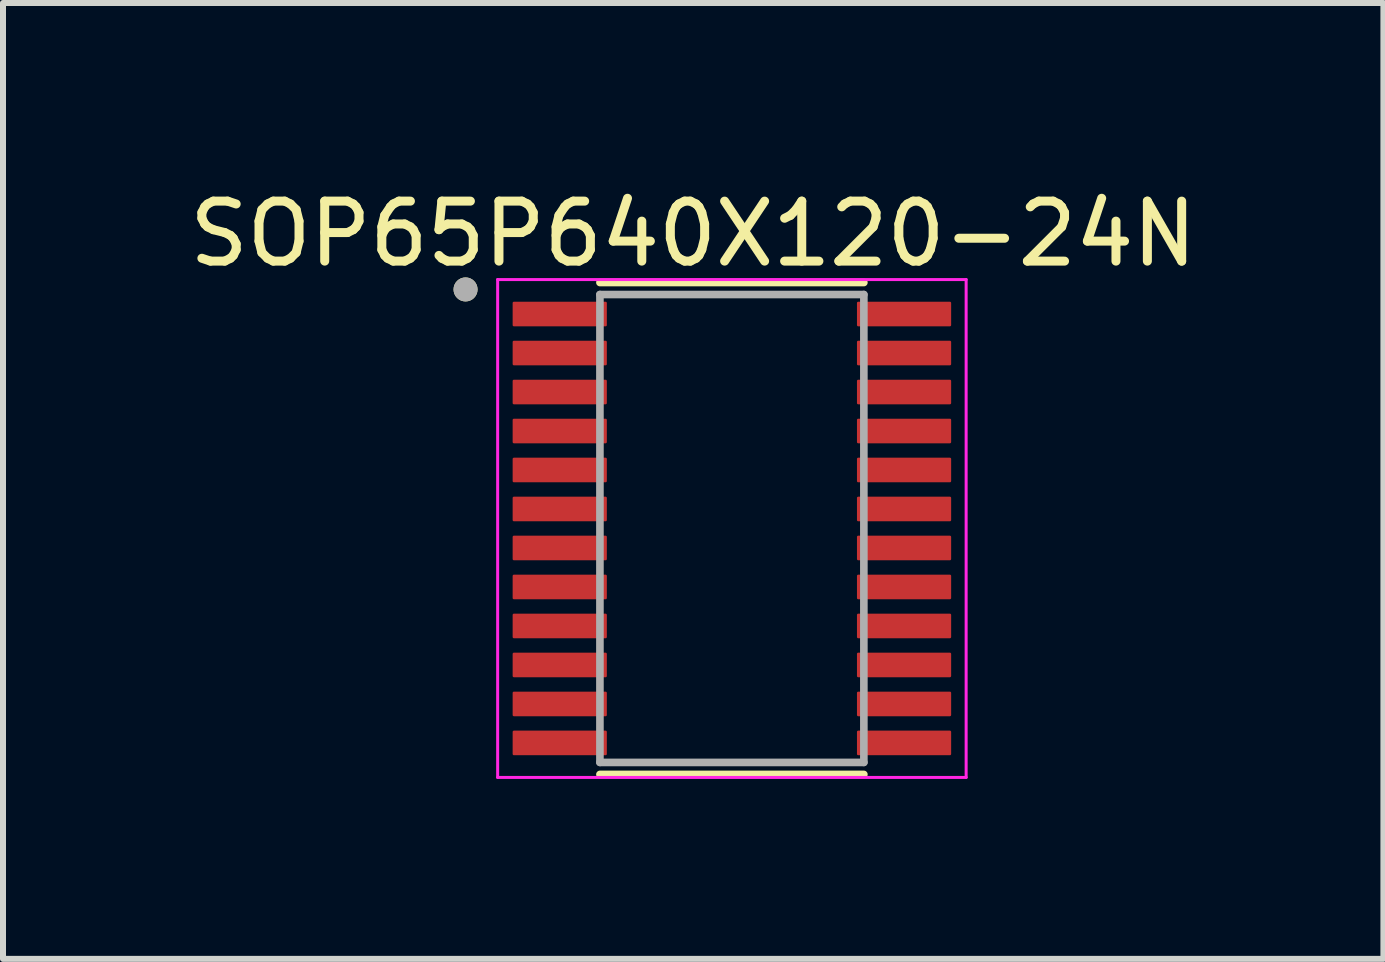
<source format=kicad_pcb>
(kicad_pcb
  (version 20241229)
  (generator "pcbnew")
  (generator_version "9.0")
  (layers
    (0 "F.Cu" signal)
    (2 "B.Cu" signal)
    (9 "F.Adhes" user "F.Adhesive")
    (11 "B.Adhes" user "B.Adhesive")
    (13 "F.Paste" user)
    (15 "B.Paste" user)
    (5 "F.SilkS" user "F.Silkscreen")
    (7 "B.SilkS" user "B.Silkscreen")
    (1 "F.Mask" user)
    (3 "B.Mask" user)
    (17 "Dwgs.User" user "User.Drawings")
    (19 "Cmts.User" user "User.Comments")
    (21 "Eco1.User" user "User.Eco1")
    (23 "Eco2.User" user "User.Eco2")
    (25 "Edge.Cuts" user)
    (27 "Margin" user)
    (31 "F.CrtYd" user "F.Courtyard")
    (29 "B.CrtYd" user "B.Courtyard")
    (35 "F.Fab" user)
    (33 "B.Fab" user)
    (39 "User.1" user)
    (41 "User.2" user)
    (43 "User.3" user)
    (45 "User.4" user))
  (footprint "SOP65P640X120-24N"
    (layer "F.Cu")
    (at 9.151 5.76)
    (property "Reference" "SOP65P640X120-24N" (at -0.645 -4.912 0) (layer "F.SilkS") (effects (font (size 1 1) (thickness 0.15))))
    (attr smd)
    (fp_line (start -2.2 -4.1) (end 2.2 -4.1) (stroke (width 0.127) (type solid)) (layer "F.SilkS"))
    (fp_line (start -2.2 4.1) (end 2.2 4.1) (stroke (width 0.127) (type solid)) (layer "F.SilkS"))
    (fp_circle (center -4.44 -3.985) (end -4.34 -3.985) (stroke (width 0.2) (type solid)) (fill no) (layer "F.SilkS"))
    (fp_line (start -3.905 -4.15) (end -3.905 4.15) (stroke (width 0.05) (type solid)) (layer "F.CrtYd"))
    (fp_line (start -3.905 -4.15) (end 3.905 -4.15) (stroke (width 0.05) (type solid)) (layer "F.CrtYd"))
    (fp_line (start -3.905 4.15) (end 3.905 4.15) (stroke (width 0.05) (type solid)) (layer "F.CrtYd"))
    (fp_line (start 3.905 -4.15) (end 3.905 4.15) (stroke (width 0.05) (type solid)) (layer "F.CrtYd"))
    (fp_line (start -2.2 -3.9) (end -2.2 3.9) (stroke (width 0.127) (type solid)) (layer "F.Fab"))
    (fp_line (start -2.2 -3.9) (end 2.2 -3.9) (stroke (width 0.127) (type solid)) (layer "F.Fab"))
    (fp_line (start -2.2 3.9) (end 2.2 3.9) (stroke (width 0.127) (type solid)) (layer "F.Fab"))
    (fp_line (start 2.2 -3.9) (end 2.2 3.9) (stroke (width 0.127) (type solid)) (layer "F.Fab"))
    (fp_circle (center -4.44 -3.985) (end -4.34 -3.985) (stroke (width 0.2) (type solid)) (fill no) (layer "F.Fab"))
    (pad "1" smd roundrect (at -2.87 -3.575) (size 1.57 0.41) (layers "F.Cu" "F.Mask" "F.Paste") (roundrect_rratio 0.05))
    (pad "2" smd roundrect (at -2.87 -2.925) (size 1.57 0.41) (layers "F.Cu" "F.Mask" "F.Paste") (roundrect_rratio 0.05))
    (pad "3" smd roundrect (at -2.87 -2.275) (size 1.57 0.41) (layers "F.Cu" "F.Mask" "F.Paste") (roundrect_rratio 0.05))
    (pad "4" smd roundrect (at -2.87 -1.625) (size 1.57 0.41) (layers "F.Cu" "F.Mask" "F.Paste") (roundrect_rratio 0.05))
    (pad "5" smd roundrect (at -2.87 -0.975) (size 1.57 0.41) (layers "F.Cu" "F.Mask" "F.Paste") (roundrect_rratio 0.05))
    (pad "6" smd roundrect (at -2.87 -0.325) (size 1.57 0.41) (layers "F.Cu" "F.Mask" "F.Paste") (roundrect_rratio 0.05))
    (pad "7" smd roundrect (at -2.87 0.325) (size 1.57 0.41) (layers "F.Cu" "F.Mask" "F.Paste") (roundrect_rratio 0.05))
    (pad "8" smd roundrect (at -2.87 0.975) (size 1.57 0.41) (layers "F.Cu" "F.Mask" "F.Paste") (roundrect_rratio 0.05))
    (pad "9" smd roundrect (at -2.87 1.625) (size 1.57 0.41) (layers "F.Cu" "F.Mask" "F.Paste") (roundrect_rratio 0.05))
    (pad "10" smd roundrect (at -2.87 2.275) (size 1.57 0.41) (layers "F.Cu" "F.Mask" "F.Paste") (roundrect_rratio 0.05))
    (pad "11" smd roundrect (at -2.87 2.925) (size 1.57 0.41) (layers "F.Cu" "F.Mask" "F.Paste") (roundrect_rratio 0.05))
    (pad "12" smd roundrect (at -2.87 3.575) (size 1.57 0.41) (layers "F.Cu" "F.Mask" "F.Paste") (roundrect_rratio 0.05))
    (pad "13" smd roundrect (at 2.87 3.575) (size 1.57 0.41) (layers "F.Cu" "F.Mask" "F.Paste") (roundrect_rratio 0.05))
    (pad "14" smd roundrect (at 2.87 2.925) (size 1.57 0.41) (layers "F.Cu" "F.Mask" "F.Paste") (roundrect_rratio 0.05))
    (pad "15" smd roundrect (at 2.87 2.275) (size 1.57 0.41) (layers "F.Cu" "F.Mask" "F.Paste") (roundrect_rratio 0.05))
    (pad "16" smd roundrect (at 2.87 1.625) (size 1.57 0.41) (layers "F.Cu" "F.Mask" "F.Paste") (roundrect_rratio 0.05))
    (pad "17" smd roundrect (at 2.87 0.975) (size 1.57 0.41) (layers "F.Cu" "F.Mask" "F.Paste") (roundrect_rratio 0.05))
    (pad "18" smd roundrect (at 2.87 0.325) (size 1.57 0.41) (layers "F.Cu" "F.Mask" "F.Paste") (roundrect_rratio 0.05))
    (pad "19" smd roundrect (at 2.87 -0.325) (size 1.57 0.41) (layers "F.Cu" "F.Mask" "F.Paste") (roundrect_rratio 0.05))
    (pad "20" smd roundrect (at 2.87 -0.975) (size 1.57 0.41) (layers "F.Cu" "F.Mask" "F.Paste") (roundrect_rratio 0.05))
    (pad "21" smd roundrect (at 2.87 -1.625) (size 1.57 0.41) (layers "F.Cu" "F.Mask" "F.Paste") (roundrect_rratio 0.05))
    (pad "22" smd roundrect (at 2.87 -2.275) (size 1.57 0.41) (layers "F.Cu" "F.Mask" "F.Paste") (roundrect_rratio 0.05))
    (pad "23" smd roundrect (at 2.87 -2.925) (size 1.57 0.41) (layers "F.Cu" "F.Mask" "F.Paste") (roundrect_rratio 0.05))
    (pad "24" smd roundrect (at 2.87 -3.575) (size 1.57 0.41) (layers "F.Cu" "F.Mask" "F.Paste") (roundrect_rratio 0.05)))
  (gr_rect
    (start -3 -3)
    (end 20.012 12.935)
    (stroke (width 0.1) (type default))
    (fill no)
    (layer "Edge.Cuts")))
</source>
